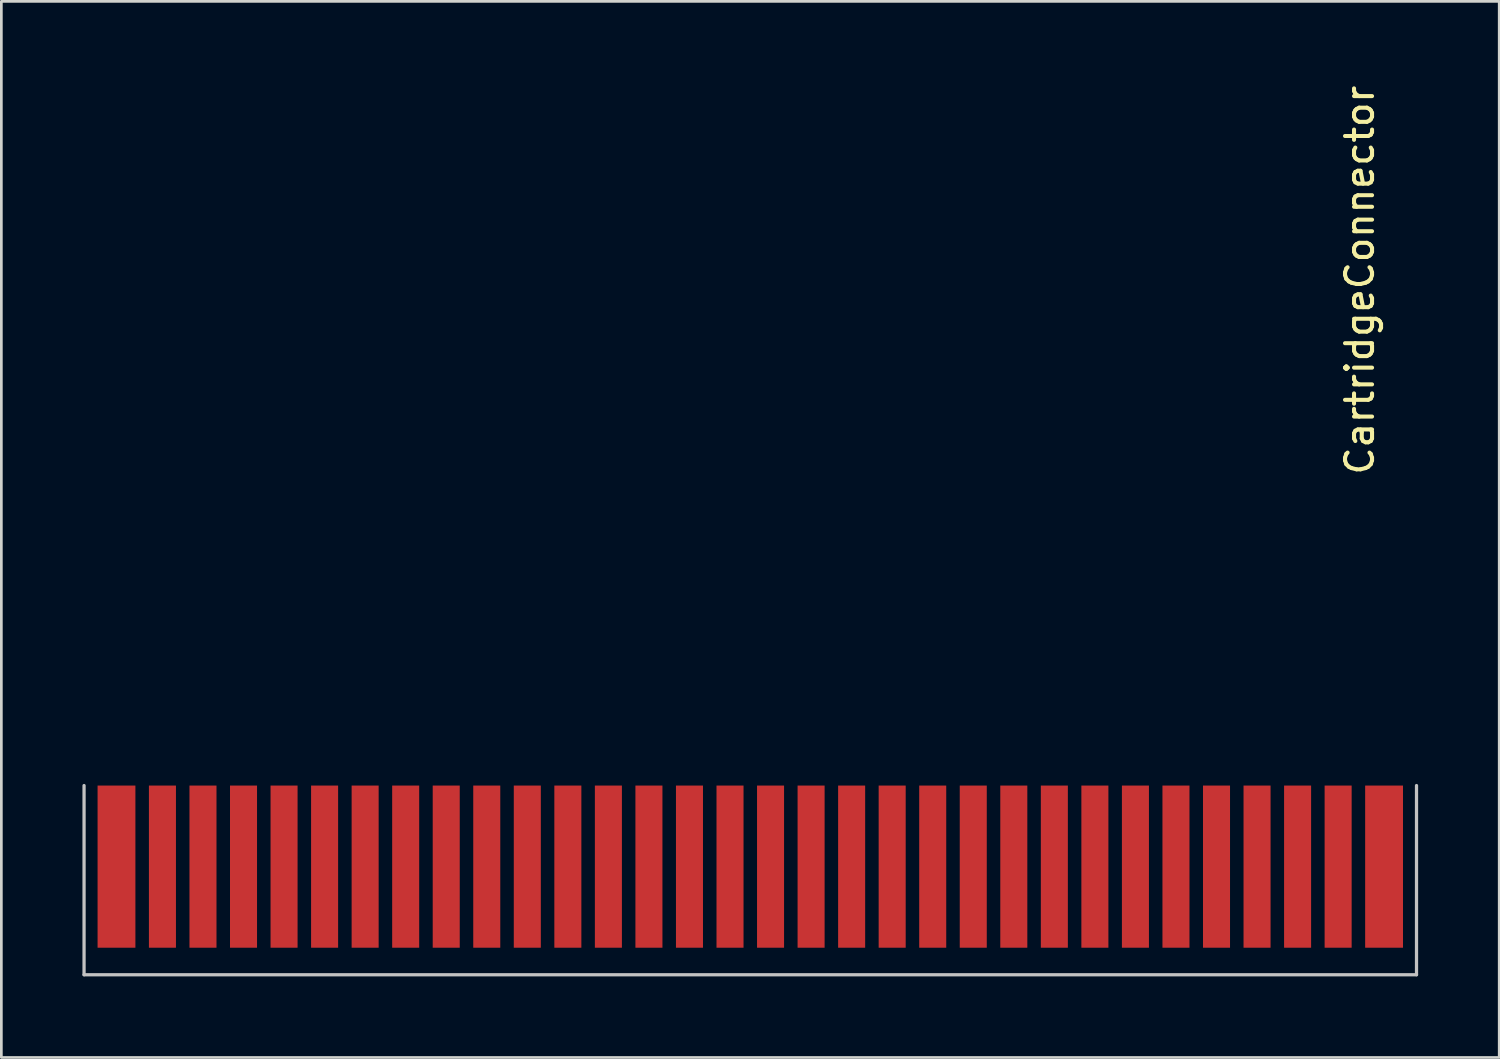
<source format=kicad_pcb>
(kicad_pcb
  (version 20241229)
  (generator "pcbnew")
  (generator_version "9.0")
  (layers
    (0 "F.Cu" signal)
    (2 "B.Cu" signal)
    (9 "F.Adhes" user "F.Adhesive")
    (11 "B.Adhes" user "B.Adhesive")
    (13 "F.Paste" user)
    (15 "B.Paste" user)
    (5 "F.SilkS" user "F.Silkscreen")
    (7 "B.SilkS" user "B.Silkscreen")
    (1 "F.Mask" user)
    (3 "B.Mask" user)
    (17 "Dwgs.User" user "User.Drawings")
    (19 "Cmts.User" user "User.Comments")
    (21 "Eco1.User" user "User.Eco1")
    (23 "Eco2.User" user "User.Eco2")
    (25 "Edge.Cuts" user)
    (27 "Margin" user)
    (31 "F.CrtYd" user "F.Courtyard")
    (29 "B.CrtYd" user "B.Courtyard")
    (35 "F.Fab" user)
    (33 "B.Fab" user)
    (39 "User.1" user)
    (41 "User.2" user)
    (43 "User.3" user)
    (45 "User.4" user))
  (footprint "CartridgeConnector"
    (layer "F.Cu")
    (at 23.96 29.015)
    (property "Reference" "CartridgeConnector" (at 23.3 -21.7 90) (layer "F.SilkS") (effects (font (size 1 1) (thickness 0.15))))
    (attr through_hole)
    (fp_line (start -23.9 4) (end -23.9 -3) (stroke (width 0.12) (type solid)) (layer "Dwgs.User"))
    (fp_line (start 25.4 -3) (end 25.4 4) (stroke (width 0.12) (type solid)) (layer "Dwgs.User"))
    (fp_line (start 25.4 4) (end -23.9 4) (stroke (width 0.12) (type solid)) (layer "Dwgs.User"))
    (pad "1" connect rect (at -22.7 0) (size 1.4 6) (layers "F.Cu" "F.Mask"))
    (pad "2" connect rect (at -21 0) (size 1 6) (layers "F.Cu" "F.Mask"))
    (pad "3" connect rect (at -19.5 0) (size 1 6) (layers "F.Cu" "F.Mask"))
    (pad "4" connect rect (at -18 0) (size 1 6) (layers "F.Cu" "F.Mask"))
    (pad "5" connect rect (at -16.5 0) (size 1 6) (layers "F.Cu" "F.Mask"))
    (pad "6" connect rect (at -15 0) (size 1 6) (layers "F.Cu" "F.Mask"))
    (pad "7" connect rect (at -13.5 0) (size 1 6) (layers "F.Cu" "F.Mask"))
    (pad "8" connect rect (at -12 0) (size 1 6) (layers "F.Cu" "F.Mask"))
    (pad "9" connect rect (at -10.5 0) (size 1 6) (layers "F.Cu" "F.Mask"))
    (pad "10" connect rect (at -9 0) (size 1 6) (layers "F.Cu" "F.Mask"))
    (pad "11" connect rect (at -7.5 0) (size 1 6) (layers "F.Cu" "F.Mask"))
    (pad "12" connect rect (at -6 0) (size 1 6) (layers "F.Cu" "F.Mask"))
    (pad "13" connect rect (at -4.5 0) (size 1 6) (layers "F.Cu" "F.Mask"))
    (pad "14" connect rect (at -3 0) (size 1 6) (layers "F.Cu" "F.Mask"))
    (pad "15" connect rect (at -1.5 0) (size 1 6) (layers "F.Cu" "F.Mask"))
    (pad "16" connect rect (at 0 0) (size 1 6) (layers "F.Cu" "F.Mask"))
    (pad "17" connect rect (at 1.5 0) (size 1 6) (layers "F.Cu" "F.Mask"))
    (pad "18" connect rect (at 3 0) (size 1 6) (layers "F.Cu" "F.Mask"))
    (pad "19" connect rect (at 4.5 0) (size 1 6) (layers "F.Cu" "F.Mask"))
    (pad "20" connect rect (at 6 0) (size 1 6) (layers "F.Cu" "F.Mask"))
    (pad "21" connect rect (at 7.5 0) (size 1 6) (layers "F.Cu" "F.Mask"))
    (pad "22" connect rect (at 9 0) (size 1 6) (layers "F.Cu" "F.Mask"))
    (pad "23" connect rect (at 10.5 0) (size 1 6) (layers "F.Cu" "F.Mask"))
    (pad "24" connect rect (at 12 0) (size 1 6) (layers "F.Cu" "F.Mask"))
    (pad "25" connect rect (at 13.5 0) (size 1 6) (layers "F.Cu" "F.Mask"))
    (pad "26" connect rect (at 15 0) (size 1 6) (layers "F.Cu" "F.Mask"))
    (pad "27" connect rect (at 16.5 0) (size 1 6) (layers "F.Cu" "F.Mask"))
    (pad "28" connect rect (at 18 0) (size 1 6) (layers "F.Cu" "F.Mask"))
    (pad "29" connect rect (at 19.5 0) (size 1 6) (layers "F.Cu" "F.Mask"))
    (pad "30" connect rect (at 21 0) (size 1 6) (layers "F.Cu" "F.Mask"))
    (pad "31" connect rect (at 22.5 0) (size 1 6) (layers "F.Cu" "F.Mask"))
    (pad "32" connect rect (at 24.2 0) (size 1.4 6) (layers "F.Cu" "F.Mask")))
  (gr_rect
    (start -3 -3)
    (end 52.42 36.075)
    (stroke (width 0.1) (type default))
    (fill no)
    (layer "Edge.Cuts")))
</source>
